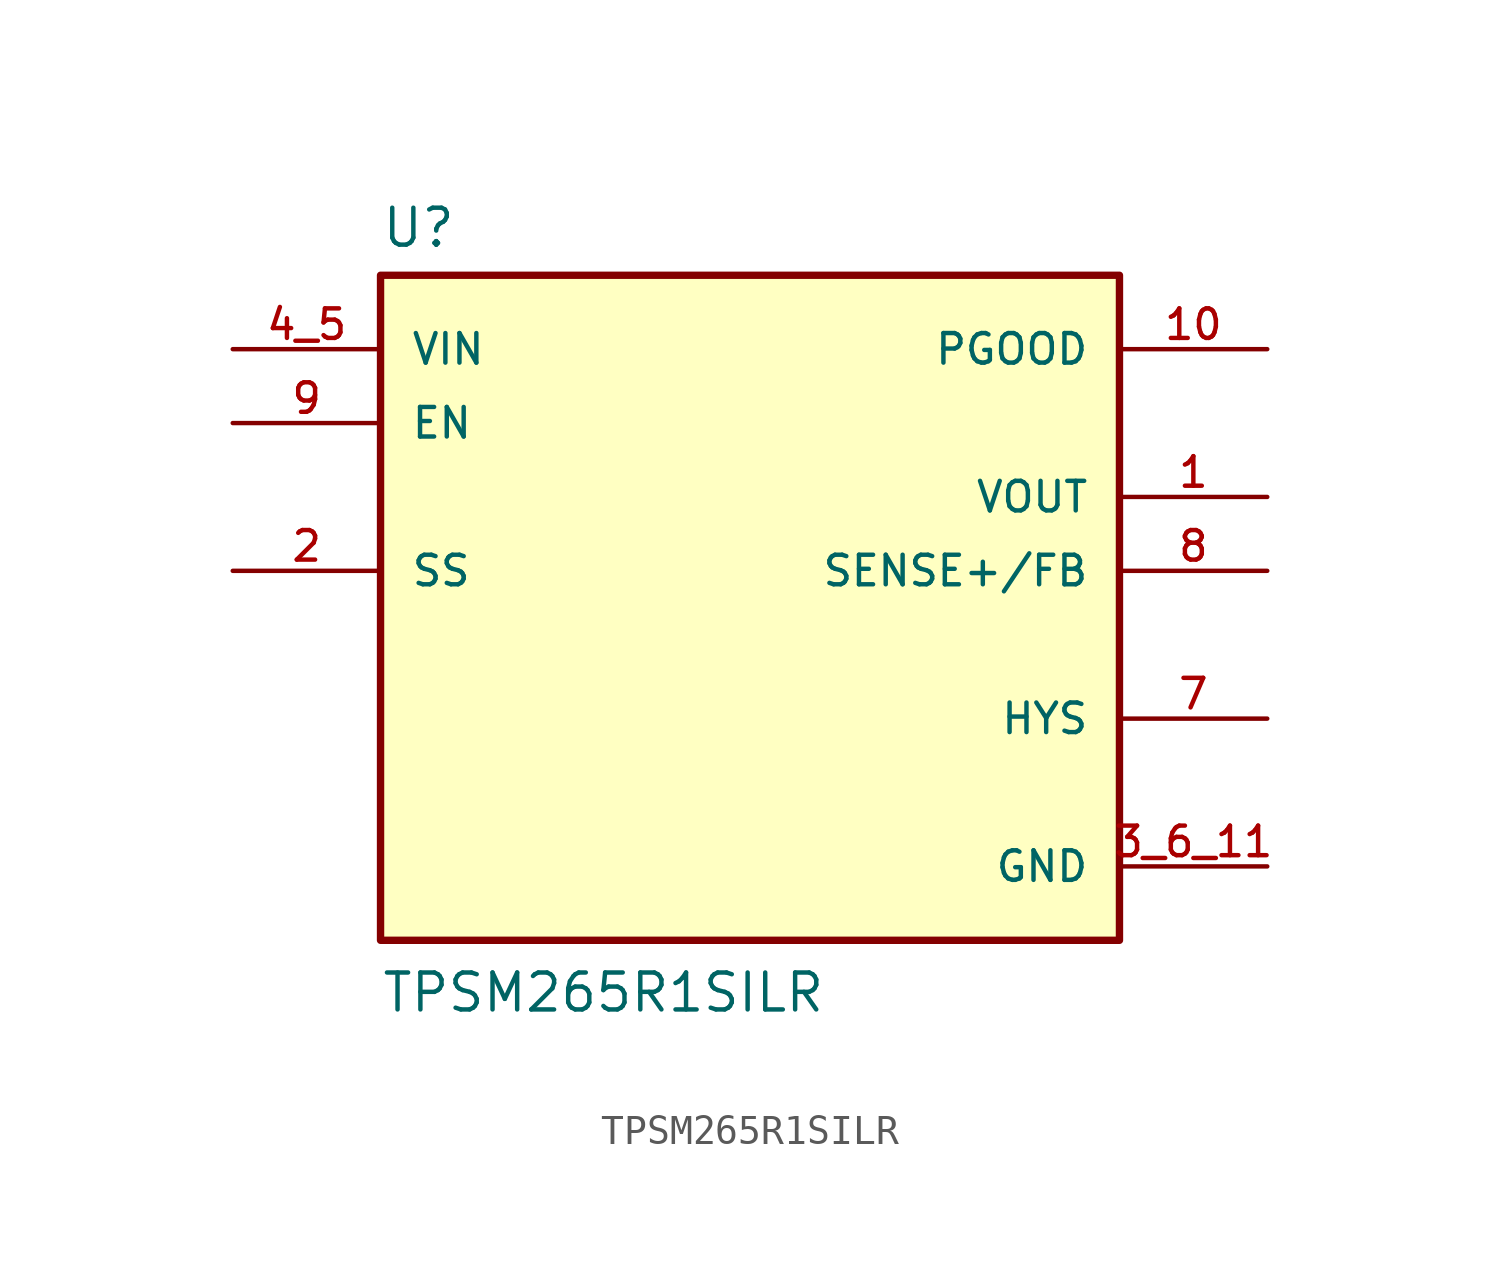
<source format=kicad_sym>
(kicad_symbol_lib
  (version 20211014)
  (generator kicad_symbol_editor)
  (symbol "TPSM265R1SILR"
    (pin_names
      (offset 1.016))
    (property "Reference" "U"
      (at -12.7 11.049 0.0)
      (effects (font (size 1.27 1.27)) (justify bottom left)))
    (property "Value" "TPSM265R1SILR"
      (at -12.7 -15.24 0.0)
      (effects (font (size 1.27 1.27)) (justify bottom left)))
    (symbol "TPSM265R1SILR_0_0"
      (rectangle (start -12.7 -12.7) (end 12.7 10.16) (stroke (width 0.254)) (fill (type background)))
      (pin input line (at -17.78 5.08 0) (length 5.08) (name "EN" (effects (font (size 1.016 1.016)))) (number "9" (effects (font (size 1.016 1.016)))))
      (pin input line (at 17.78 0.0 180.0) (length 5.08) (name "SENSE+/FB" (effects (font (size 1.016 1.016)))) (number "8" (effects (font (size 1.016 1.016)))))
      (pin input line (at -17.78 0.0 0) (length 5.08) (name "SS" (effects (font (size 1.016 1.016)))) (number "2" (effects (font (size 1.016 1.016)))))
      (pin input line (at -17.78 7.62 0) (length 5.08) (name "VIN" (effects (font (size 1.016 1.016)))) (number "4_5" (effects (font (size 1.016 1.016)))))
      (pin output line (at 17.78 7.62 180.0) (length 5.08) (name "PGOOD" (effects (font (size 1.016 1.016)))) (number "10" (effects (font (size 1.016 1.016)))))
      (pin output line (at 17.78 -5.08 180.0) (length 5.08) (name "HYS" (effects (font (size 1.016 1.016)))) (number "7" (effects (font (size 1.016 1.016)))))
      (pin output line (at 17.78 2.54 180.0) (length 5.08) (name "VOUT" (effects (font (size 1.016 1.016)))) (number "1" (effects (font (size 1.016 1.016)))))
      (pin power_in line (at 17.78 -10.16 180.0) (length 5.08) (name "GND" (effects (font (size 1.016 1.016)))) (number "3_6_11" (effects (font (size 1.016 1.016))))))))
</source>
